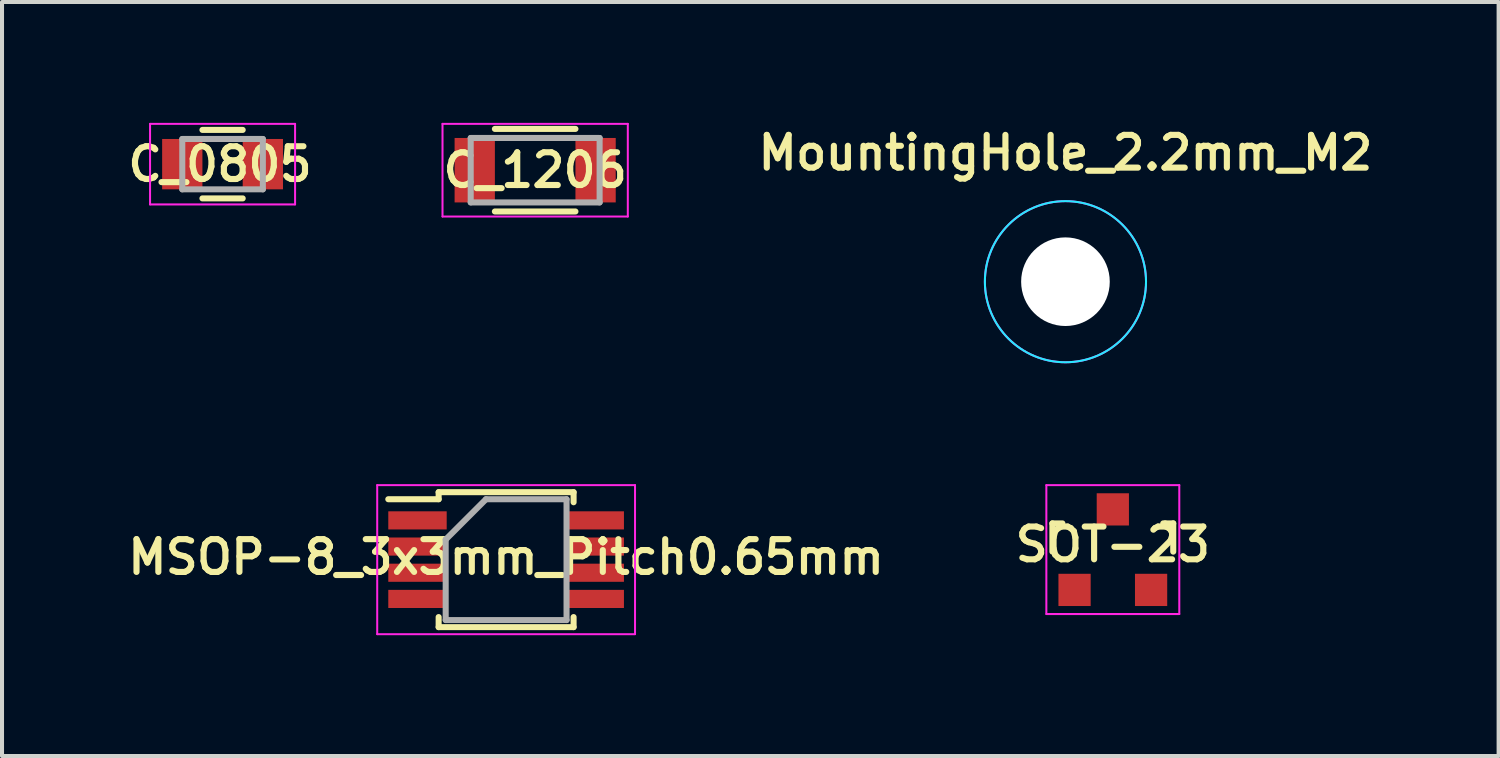
<source format=kicad_pcb>
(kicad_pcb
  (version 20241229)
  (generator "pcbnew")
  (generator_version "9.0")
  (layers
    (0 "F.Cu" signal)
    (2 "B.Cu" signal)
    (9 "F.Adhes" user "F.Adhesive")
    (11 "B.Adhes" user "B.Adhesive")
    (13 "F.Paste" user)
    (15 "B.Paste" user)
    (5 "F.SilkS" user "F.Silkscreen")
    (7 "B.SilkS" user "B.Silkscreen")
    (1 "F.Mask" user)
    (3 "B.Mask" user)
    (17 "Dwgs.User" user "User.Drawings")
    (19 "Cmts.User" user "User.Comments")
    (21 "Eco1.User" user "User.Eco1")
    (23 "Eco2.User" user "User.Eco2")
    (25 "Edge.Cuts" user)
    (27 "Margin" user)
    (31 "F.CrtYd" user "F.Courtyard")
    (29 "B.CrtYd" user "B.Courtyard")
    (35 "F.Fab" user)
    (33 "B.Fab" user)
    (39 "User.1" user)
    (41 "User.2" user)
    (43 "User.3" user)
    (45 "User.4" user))
  (footprint "MountingHole_2.2mm_M2"
    (layer "F.Cu")
    (at 23.399 3.943)
    (property "Reference" "MountingHole_2.2mm_M2" (at 0 -3.2 0) (layer "F.SilkS") (effects (font (size 0.813 0.813) (thickness 0.152))))
    (attr through_hole)
    (fp_circle (center 0 0) (end 2 0) (stroke (width 0.05) (type solid)) (fill no) (layer "B.CrtYd"))
    (fp_circle (center 0 0) (end 2 0) (stroke (width 0.05) (type solid)) (fill no) (layer "F.CrtYd"))
    (pad "" np_thru_hole circle (at 0 0) (size 2.2 2.2) (drill 2.2) (layers "*.Cu" "*.Mask")))
  (footprint "C_0805"
    (layer "F.Cu")
    (at 2.475 1.025)
    (property "Reference" "C_0805" (at -0.064 0 0) (layer "F.SilkS") (effects (font (size 0.813 0.813) (thickness 0.152))))
    (attr smd)
    (fp_line (start -0.5 0.85) (end 0.5 0.85) (stroke (width 0.15) (type solid)) (layer "F.SilkS"))
    (fp_line (start 0.5 -0.85) (end -0.5 -0.85) (stroke (width 0.15) (type solid)) (layer "F.SilkS"))
    (fp_line (start -1.8 -1) (end -1.8 1) (stroke (width 0.05) (type solid)) (layer "F.CrtYd"))
    (fp_line (start -1.8 -1) (end 1.8 -1) (stroke (width 0.05) (type solid)) (layer "F.CrtYd"))
    (fp_line (start -1.8 1) (end 1.8 1) (stroke (width 0.05) (type solid)) (layer "F.CrtYd"))
    (fp_line (start 1.8 -1) (end 1.8 1) (stroke (width 0.05) (type solid)) (layer "F.CrtYd"))
    (fp_line (start -1 -0.625) (end 1 -0.625) (stroke (width 0.15) (type solid)) (layer "F.Fab"))
    (fp_line (start -1 0.625) (end -1 -0.625) (stroke (width 0.15) (type solid)) (layer "F.Fab"))
    (fp_line (start 1 -0.625) (end 1 0.625) (stroke (width 0.15) (type solid)) (layer "F.Fab"))
    (fp_line (start 1 0.625) (end -1 0.625) (stroke (width 0.15) (type solid)) (layer "F.Fab"))
    (pad "1" smd rect (at -1 0) (size 1 1.25) (layers "F.Cu" "F.Mask" "F.Paste"))
    (pad "2" smd rect (at 1 0) (size 1 1.25) (layers "F.Cu" "F.Mask" "F.Paste")))
  (footprint "SOT-23"
    (layer "F.Cu")
    (at 24.575 10.593)
    (property "Reference" "SOT-23" (at 0 -0.127 0) (layer "F.SilkS") (effects (font (size 0.813 0.813) (thickness 0.152))))
    (attr smd)
    (fp_line (start -1.5 -0.65) (end -1.251 -0.65) (stroke (width 0.15) (type solid)) (layer "F.SilkS"))
    (fp_line (start -1.5 0.051) (end -1.5 -0.65) (stroke (width 0.15) (type solid)) (layer "F.SilkS"))
    (fp_line (start 1.299 -0.65) (end 1.251 -0.65) (stroke (width 0.15) (type solid)) (layer "F.SilkS"))
    (fp_line (start 1.299 -0.65) (end 1.5 -0.65) (stroke (width 0.15) (type solid)) (layer "F.SilkS"))
    (fp_line (start 1.5 -0.65) (end 1.5 0.051) (stroke (width 0.15) (type solid)) (layer "F.SilkS"))
    (fp_line (start -1.65 -1.6) (end 1.65 -1.6) (stroke (width 0.05) (type solid)) (layer "F.CrtYd"))
    (fp_line (start -1.65 1.6) (end -1.65 -1.6) (stroke (width 0.05) (type solid)) (layer "F.CrtYd"))
    (fp_line (start 1.65 -1.6) (end 1.65 1.6) (stroke (width 0.05) (type solid)) (layer "F.CrtYd"))
    (fp_line (start 1.65 1.6) (end -1.65 1.6) (stroke (width 0.05) (type solid)) (layer "F.CrtYd"))
    (pad "1" smd rect (at -0.95 1.001) (size 0.8 0.8) (layers "F.Cu" "F.Mask" "F.Paste"))
    (pad "2" smd rect (at 0.95 1.001) (size 0.8 0.8) (layers "F.Cu" "F.Mask" "F.Paste"))
    (pad "3" smd rect (at 0 -0.998) (size 0.8 0.8) (layers "F.Cu" "F.Mask" "F.Paste")))
  (footprint "C_1206"
    (layer "F.Cu")
    (at 10.235 1.175)
    (property "Reference" "C_1206" (at 0 0 0) (layer "F.SilkS") (effects (font (size 0.813 0.813) (thickness 0.152))))
    (attr smd)
    (fp_line (start -1 1.025) (end 1 1.025) (stroke (width 0.15) (type solid)) (layer "F.SilkS"))
    (fp_line (start 1 -1.025) (end -1 -1.025) (stroke (width 0.15) (type solid)) (layer "F.SilkS"))
    (fp_line (start -2.3 -1.15) (end -2.3 1.15) (stroke (width 0.05) (type solid)) (layer "F.CrtYd"))
    (fp_line (start -2.3 -1.15) (end 2.3 -1.15) (stroke (width 0.05) (type solid)) (layer "F.CrtYd"))
    (fp_line (start -2.3 1.15) (end 2.3 1.15) (stroke (width 0.05) (type solid)) (layer "F.CrtYd"))
    (fp_line (start 2.3 -1.15) (end 2.3 1.15) (stroke (width 0.05) (type solid)) (layer "F.CrtYd"))
    (fp_line (start -1.6 -0.8) (end 1.6 -0.8) (stroke (width 0.15) (type solid)) (layer "F.Fab"))
    (fp_line (start -1.6 0.8) (end -1.6 -0.8) (stroke (width 0.15) (type solid)) (layer "F.Fab"))
    (fp_line (start 1.6 -0.8) (end 1.6 0.8) (stroke (width 0.15) (type solid)) (layer "F.Fab"))
    (fp_line (start 1.6 0.8) (end -1.6 0.8) (stroke (width 0.15) (type solid)) (layer "F.Fab"))
    (pad "1" smd rect (at -1.5 0) (size 1 1.6) (layers "F.Cu" "F.Mask" "F.Paste"))
    (pad "2" smd rect (at 1.5 0) (size 1 1.6) (layers "F.Cu" "F.Mask" "F.Paste")))
  (footprint "MSOP-8_3x3mm_Pitch0.65mm"
    (layer "F.Cu")
    (at 9.514 10.843)
    (property "Reference" "MSOP-8_3x3mm_Pitch0.65mm" (at 0 -0.064 0) (layer "F.SilkS") (effects (font (size 0.813 0.813) (thickness 0.152))))
    (attr smd)
    (fp_line (start -1.675 -1.675) (end -1.675 -1.5) (stroke (width 0.15) (type solid)) (layer "F.SilkS"))
    (fp_line (start -1.675 -1.675) (end 1.675 -1.675) (stroke (width 0.15) (type solid)) (layer "F.SilkS"))
    (fp_line (start -1.675 -1.5) (end -2.925 -1.5) (stroke (width 0.15) (type solid)) (layer "F.SilkS"))
    (fp_line (start -1.675 1.675) (end -1.675 1.425) (stroke (width 0.15) (type solid)) (layer "F.SilkS"))
    (fp_line (start -1.675 1.675) (end 1.675 1.675) (stroke (width 0.15) (type solid)) (layer "F.SilkS"))
    (fp_line (start 1.675 -1.675) (end 1.675 -1.425) (stroke (width 0.15) (type solid)) (layer "F.SilkS"))
    (fp_line (start 1.675 1.675) (end 1.675 1.425) (stroke (width 0.15) (type solid)) (layer "F.SilkS"))
    (fp_line (start -3.2 -1.85) (end -3.2 1.85) (stroke (width 0.05) (type solid)) (layer "F.CrtYd"))
    (fp_line (start -3.2 -1.85) (end 3.2 -1.85) (stroke (width 0.05) (type solid)) (layer "F.CrtYd"))
    (fp_line (start -3.2 1.85) (end 3.2 1.85) (stroke (width 0.05) (type solid)) (layer "F.CrtYd"))
    (fp_line (start 3.2 -1.85) (end 3.2 1.85) (stroke (width 0.05) (type solid)) (layer "F.CrtYd"))
    (fp_line (start -1.5 -0.5) (end -0.5 -1.5) (stroke (width 0.15) (type solid)) (layer "F.Fab"))
    (fp_line (start -1.5 1.5) (end -1.5 -0.5) (stroke (width 0.15) (type solid)) (layer "F.Fab"))
    (fp_line (start -0.5 -1.5) (end 1.5 -1.5) (stroke (width 0.15) (type solid)) (layer "F.Fab"))
    (fp_line (start 1.5 -1.5) (end 1.5 1.5) (stroke (width 0.15) (type solid)) (layer "F.Fab"))
    (fp_line (start 1.5 1.5) (end -1.5 1.5) (stroke (width 0.15) (type solid)) (layer "F.Fab"))
    (pad "1" smd rect (at -2.2 -0.975) (size 1.45 0.45) (layers "F.Cu" "F.Mask" "F.Paste"))
    (pad "2" smd rect (at -2.2 -0.325) (size 1.45 0.45) (layers "F.Cu" "F.Mask" "F.Paste"))
    (pad "3" smd rect (at -2.2 0.325) (size 1.45 0.45) (layers "F.Cu" "F.Mask" "F.Paste"))
    (pad "4" smd rect (at -2.2 0.975) (size 1.45 0.45) (layers "F.Cu" "F.Mask" "F.Paste"))
    (pad "5" smd rect (at 2.2 0.975) (size 1.45 0.45) (layers "F.Cu" "F.Mask" "F.Paste"))
    (pad "6" smd rect (at 2.2 0.325) (size 1.45 0.45) (layers "F.Cu" "F.Mask" "F.Paste"))
    (pad "7" smd rect (at 2.2 -0.325) (size 1.45 0.45) (layers "F.Cu" "F.Mask" "F.Paste"))
    (pad "8" smd rect (at 2.2 -0.975) (size 1.45 0.45) (layers "F.Cu" "F.Mask" "F.Paste")))
  (gr_rect
    (start -3 -3)
    (end 34.152 15.718)
    (stroke (width 0.1) (type default))
    (fill no)
    (layer "Edge.Cuts")))
</source>
